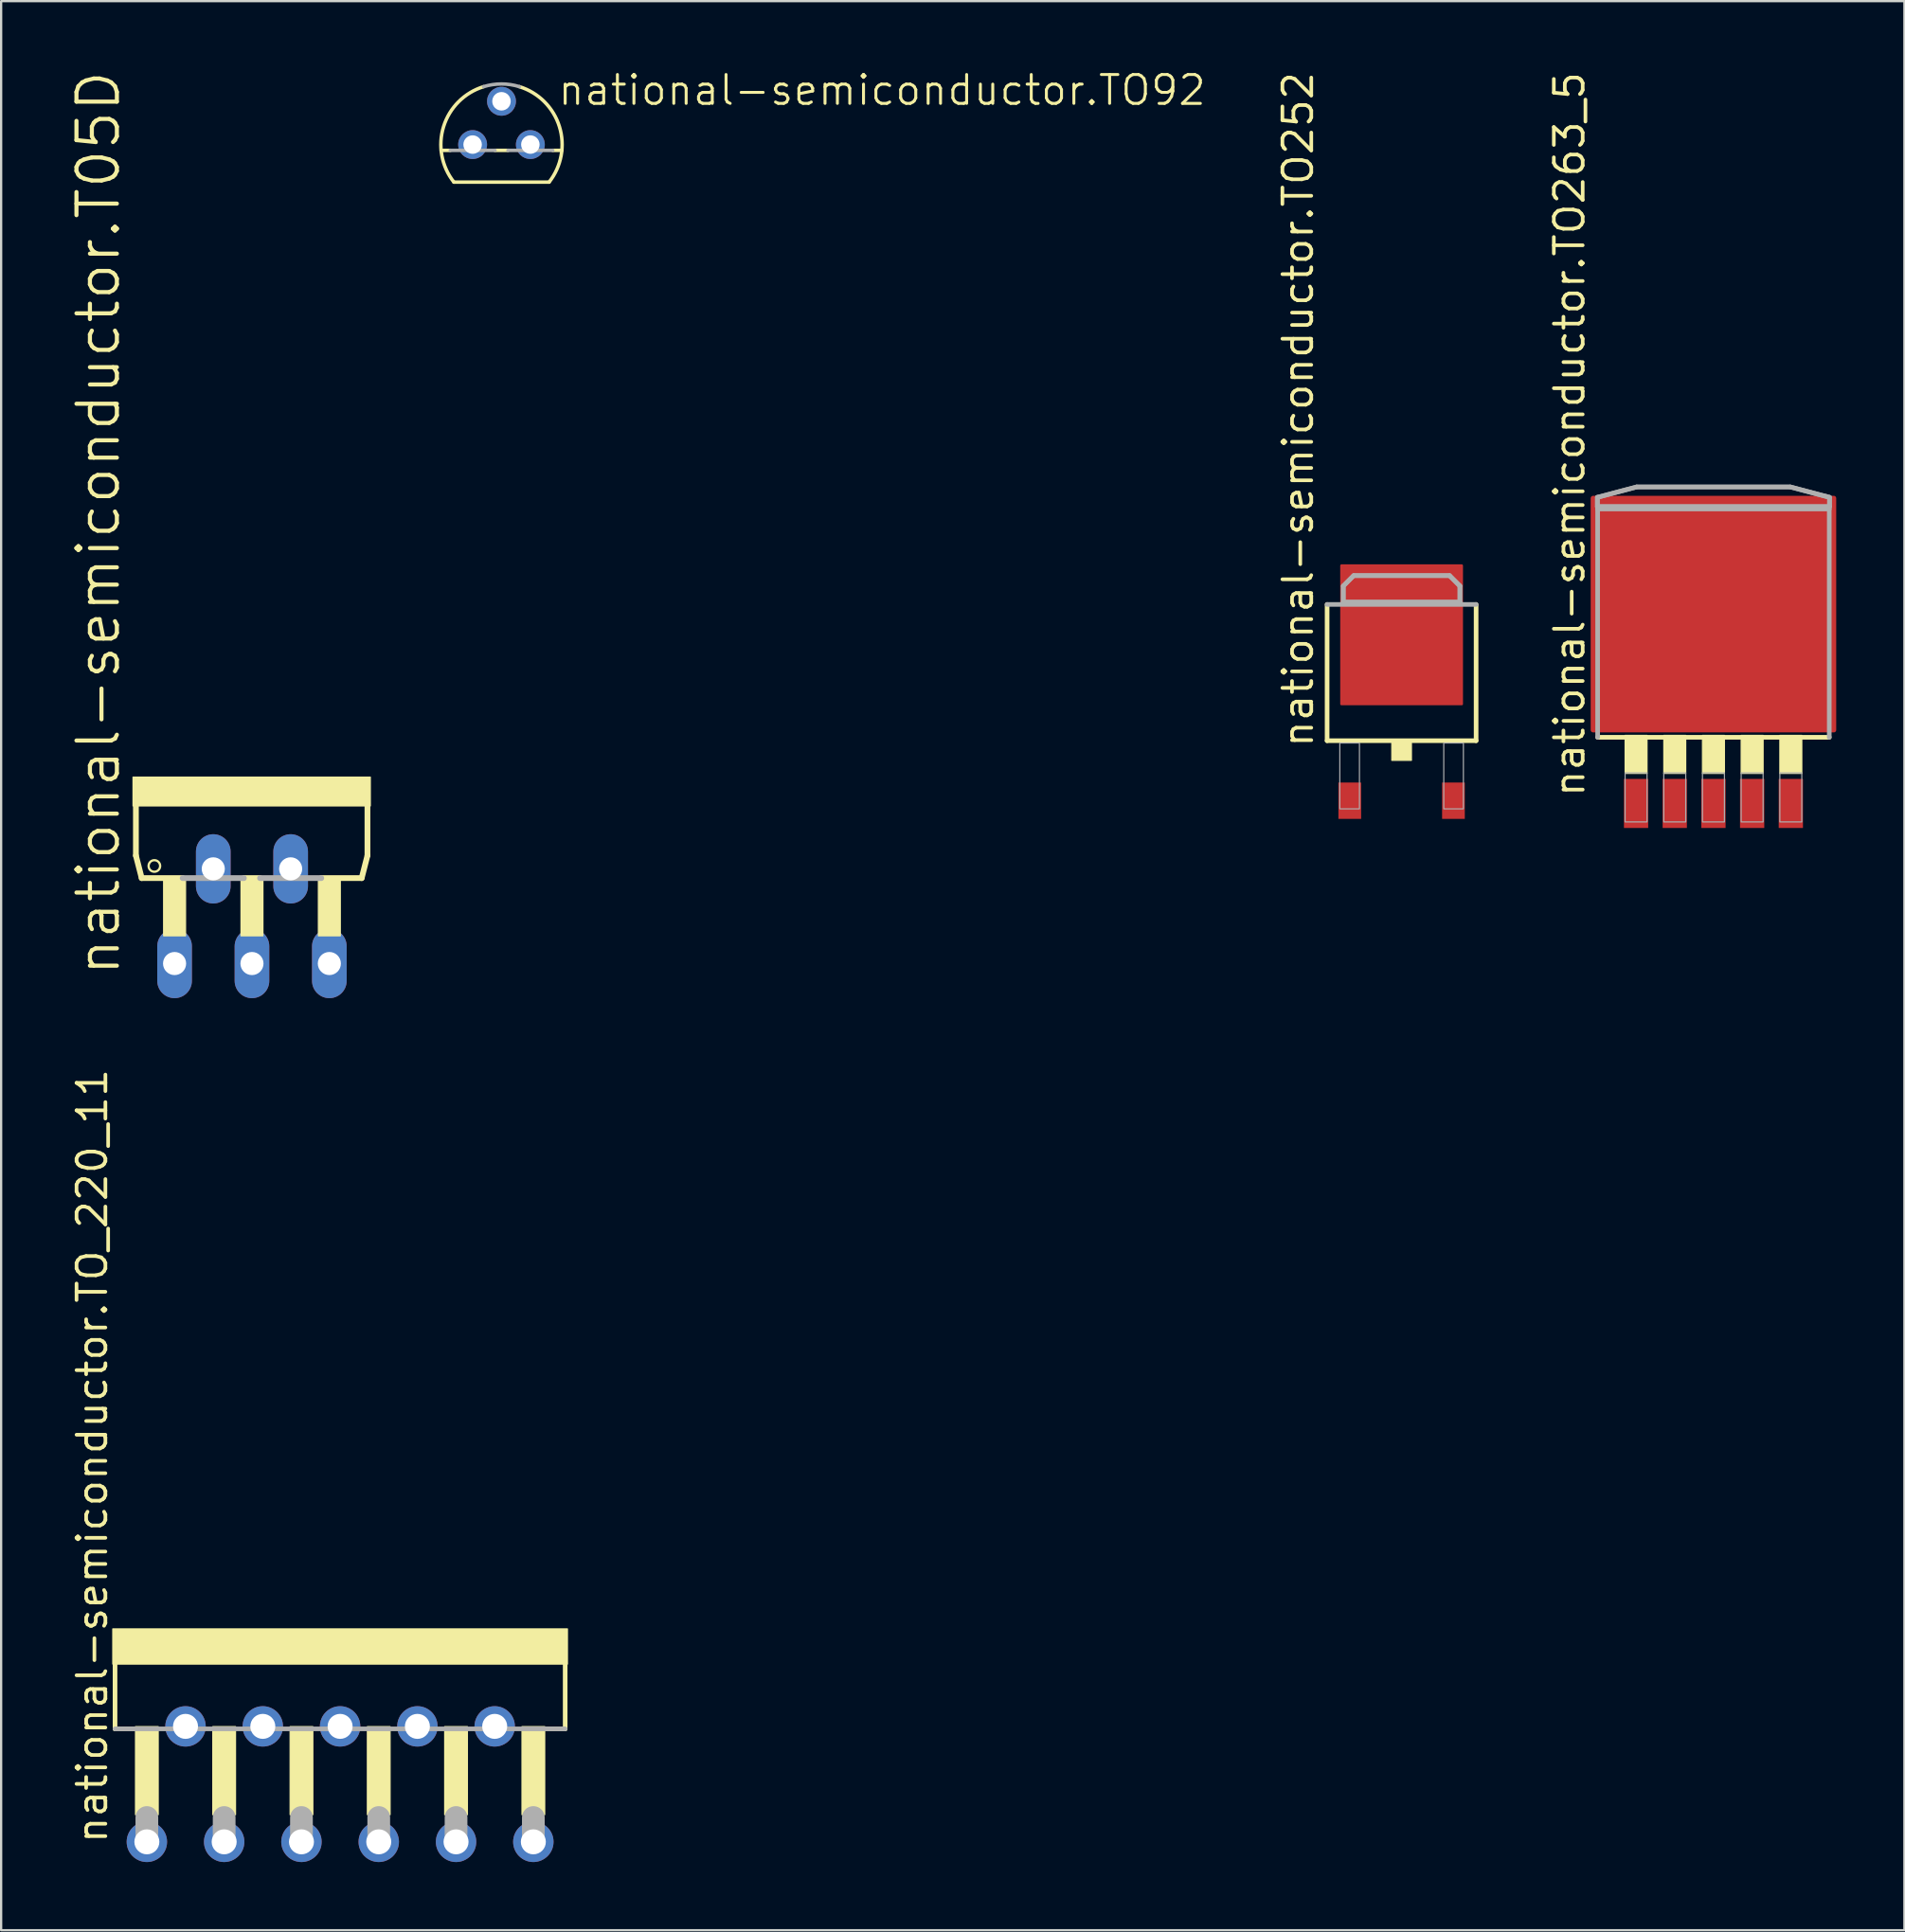
<source format=kicad_pcb>
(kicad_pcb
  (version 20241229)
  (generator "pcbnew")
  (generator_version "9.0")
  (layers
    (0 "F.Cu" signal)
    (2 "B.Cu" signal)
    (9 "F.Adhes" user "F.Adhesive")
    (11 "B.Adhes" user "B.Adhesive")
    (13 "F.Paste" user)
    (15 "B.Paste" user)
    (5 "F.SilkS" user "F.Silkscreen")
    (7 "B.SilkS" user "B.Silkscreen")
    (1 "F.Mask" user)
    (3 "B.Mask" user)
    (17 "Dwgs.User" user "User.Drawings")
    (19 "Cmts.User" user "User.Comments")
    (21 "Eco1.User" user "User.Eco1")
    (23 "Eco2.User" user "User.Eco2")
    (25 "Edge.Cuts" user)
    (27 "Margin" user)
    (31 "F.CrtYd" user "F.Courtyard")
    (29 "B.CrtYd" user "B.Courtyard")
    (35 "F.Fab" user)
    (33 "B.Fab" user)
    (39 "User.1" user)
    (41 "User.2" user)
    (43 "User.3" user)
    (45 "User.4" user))
  (footprint "national-semiconductor.TO252"
    (layer "F.Cu")
    (at 58.602 27.38)
    (property "Reference" "national-semiconductor.TO252" (at -3.81 2.54 90) (layer "F.SilkS") (effects (font (size 1.27 1.27) (thickness 0.16)) (justify left bottom)))
    (attr smd)
    (fp_line (start -3.277 2.159) (end -3.277 -3.835) (stroke (width 0.203) (type default)) (layer "F.SilkS"))
    (fp_line (start 3.277 -3.835) (end 3.277 2.159) (stroke (width 0.203) (type default)) (layer "F.SilkS"))
    (fp_line (start 3.277 2.159) (end -3.277 2.159) (stroke (width 0.203) (type default)) (layer "F.SilkS"))
    (fp_rect (start -0.432 3.023) (end 0.432 2.261) (stroke (width 0.05) (type default)) (fill yes) (layer "F.SilkS"))
    (fp_line (start -3.277 -3.835) (end 3.277 -3.835) (stroke (width 0.203) (type default)) (layer "F.Fab"))
    (fp_line (start -2.565 -4.648) (end -2.108 -5.105) (stroke (width 0.203) (type default)) (layer "F.Fab"))
    (fp_line (start -2.565 -3.937) (end -2.565 -4.648) (stroke (width 0.203) (type default)) (layer "F.Fab"))
    (fp_line (start -2.108 -5.105) (end 2.108 -5.105) (stroke (width 0.203) (type default)) (layer "F.Fab"))
    (fp_line (start 2.108 -5.105) (end 2.565 -4.648) (stroke (width 0.203) (type default)) (layer "F.Fab"))
    (fp_line (start 2.565 -4.648) (end 2.565 -3.937) (stroke (width 0.203) (type default)) (layer "F.Fab"))
    (fp_line (start 2.565 -3.937) (end -2.565 -3.937) (stroke (width 0.203) (type default)) (layer "F.Fab"))
    (fp_rect (start -2.718 5.156) (end -1.854 2.261) (stroke (width 0.05) (type default)) (fill no) (layer "F.Fab"))
    (fp_rect (start 1.854 5.156) (end 2.718 2.261) (stroke (width 0.05) (type default)) (fill no) (layer "F.Fab"))
    (fp_poly (pts (xy -2.565 -3.937) (xy -2.565 -4.648) (xy -2.108 -5.105) (xy 2.108 -5.105) (xy 2.565 -4.648) (xy 2.565 -3.937)) (stroke (width 0.2) (type default)) (fill no) (layer "F.Fab"))
    (pad "1" smd roundrect (at -2.28 4.8) (size 1 1.6) (layers "F.Cu" "F.Mask" "F.Paste") (roundrect_rratio 0.01))
    (pad "2" smd roundrect (at 0 -2.5) (size 5.4 6.2) (layers "F.Cu" "F.Mask" "F.Paste") (roundrect_rratio 0.01))
    (pad "3" smd roundrect (at 2.28 4.8) (size 1 1.6) (layers "F.Cu" "F.Mask" "F.Paste") (roundrect_rratio 0.01)))
  (footprint "national-semiconductor.TO92"
    (layer "F.Cu")
    (at 19.009 3.311)
    (property "Reference" "national-semiconductor.TO92" (at 2.413 -1.651 0) (layer "F.SilkS") (effects (font (size 1.27 1.27) (thickness 0.13)) (justify left bottom)))
    (attr through_hole)
    (fp_line (start -2.655 0.254) (end -2.254 0.254) (stroke (width 0.152) (type default)) (layer "F.SilkS"))
    (fp_line (start -2.095 1.651) (end 2.095 1.651) (stroke (width 0.152) (type default)) (layer "F.SilkS"))
    (fp_line (start -0.286 0.254) (end 0.286 0.254) (stroke (width 0.152) (type default)) (layer "F.SilkS"))
    (fp_line (start 2.254 0.254) (end 2.655 0.254) (stroke (width 0.152) (type default)) (layer "F.SilkS"))
    (fp_arc (start -2.095 1.651) (mid -2.546799 -0.793168) (end -0.7869 -2.5484) (stroke (width 0.1524) (type default)) (layer "F.SilkS"))
    (fp_arc (start 0.7869 -2.5484) (mid 2.546799 -0.793168) (end 2.095 1.651) (stroke (width 0.1524) (type default)) (layer "F.SilkS"))
    (fp_line (start -2.254 0.254) (end -0.286 0.254) (stroke (width 0.152) (type default)) (layer "F.Fab"))
    (fp_line (start 0.286 0.254) (end 2.254 0.254) (stroke (width 0.152) (type default)) (layer "F.Fab"))
    (fp_arc (start -0.7864 -2.5484) (mid 0 -2.666977) (end 0.7864 -2.5484) (stroke (width 0.1524) (type default)) (layer "F.Fab"))
    (pad "1" thru_hole circle (at -1.27 0) (size 1.27 1.27) (drill 0.813) (layers "*.Cu" "*.Mask"))
    (pad "2" thru_hole circle (at 0 -1.905) (size 1.27 1.27) (drill 0.813) (layers "*.Cu" "*.Mask"))
    (pad "3" thru_hole circle (at 1.27 0) (size 1.27 1.27) (drill 0.813) (layers "*.Cu" "*.Mask")))
  (footprint "national-semiconductor.T05D"
    (layer "F.Cu")
    (at 8.033 34.263)
    (property "Reference" "national-semiconductor.T05D" (at -5.715 5.715 90) (layer "F.SilkS") (effects (font (size 1.778 1.778) (thickness 0.18)) (justify left bottom)))
    (attr through_hole)
    (fp_line (start -5.105 -2.007) (end -5.105 0.33) (stroke (width 0.254) (type default)) (layer "F.SilkS"))
    (fp_line (start -5.105 0.33) (end -4.851 1.321) (stroke (width 0.254) (type default)) (layer "F.SilkS"))
    (fp_line (start -4.851 1.321) (end -3.048 1.321) (stroke (width 0.254) (type default)) (layer "F.SilkS"))
    (fp_line (start -0.356 1.321) (end 0.356 1.321) (stroke (width 0.254) (type default)) (layer "F.SilkS"))
    (fp_line (start 3.048 1.321) (end 4.826 1.321) (stroke (width 0.254) (type default)) (layer "F.SilkS"))
    (fp_line (start 4.826 1.321) (end 5.08 0.33) (stroke (width 0.254) (type default)) (layer "F.SilkS"))
    (fp_line (start 5.08 0.33) (end 5.08 -2.007) (stroke (width 0.254) (type default)) (layer "F.SilkS"))
    (fp_rect (start -5.232 -1.854) (end 5.207 -3.124) (stroke (width 0.05) (type default)) (fill yes) (layer "F.SilkS"))
    (fp_rect (start -3.886 3.861) (end -2.921 1.346) (stroke (width 0.05) (type default)) (fill yes) (layer "F.SilkS"))
    (fp_rect (start -0.483 3.861) (end 0.483 1.346) (stroke (width 0.05) (type default)) (fill yes) (layer "F.SilkS"))
    (fp_rect (start 2.921 3.861) (end 3.886 1.346) (stroke (width 0.05) (type default)) (fill yes) (layer "F.SilkS"))
    (fp_circle (center -4.293 0.787) (end -4.039 0.787) (stroke (width 0.1) (type default)) (fill no) (layer "F.SilkS"))
    (fp_line (start -3.048 1.321) (end -0.356 1.321) (stroke (width 0.254) (type default)) (layer "F.Fab"))
    (fp_line (start 0.356 1.321) (end 3.048 1.321) (stroke (width 0.254) (type default)) (layer "F.Fab"))
    (pad "1" thru_hole oval (at -3.404 5.08 90) (size 3.048 1.524) (drill 1.016) (layers "*.Cu" "*.Mask"))
    (pad "2" thru_hole oval (at -1.702 0.914 90) (size 3.048 1.524) (drill 1.016) (layers "*.Cu" "*.Mask"))
    (pad "3" thru_hole oval (at 0 5.08 90) (size 3.048 1.524) (drill 1.016) (layers "*.Cu" "*.Mask"))
    (pad "4" thru_hole oval (at 1.702 0.914 90) (size 3.048 1.524) (drill 1.016) (layers "*.Cu" "*.Mask"))
    (pad "5" thru_hole oval (at 3.404 5.08 90) (size 3.048 1.524) (drill 1.016) (layers "*.Cu" "*.Mask")))
  (footprint "national-semiconductor.TO263_5"
    (layer "F.Cu")
    (at 72.319 26.509)
    (property "Reference" "national-semiconductor.TO263_5" (at -5.588 5.588 90) (layer "F.SilkS") (effects (font (size 1.27 1.27) (thickness 0.16)) (justify left bottom)))
    (attr smd)
    (fp_line (start 5.094 2.88) (end -5.094 2.88) (stroke (width 0.203) (type default)) (layer "F.SilkS"))
    (fp_rect (start -3.886 4.47) (end -2.921 2.794) (stroke (width 0.05) (type default)) (fill yes) (layer "F.SilkS"))
    (fp_rect (start -2.184 4.47) (end -1.219 2.794) (stroke (width 0.05) (type default)) (fill yes) (layer "F.SilkS"))
    (fp_rect (start -0.483 4.47) (end 0.483 2.794) (stroke (width 0.05) (type default)) (fill yes) (layer "F.SilkS"))
    (fp_rect (start 1.219 4.47) (end 2.184 2.794) (stroke (width 0.05) (type default)) (fill yes) (layer "F.SilkS"))
    (fp_rect (start 2.921 4.47) (end 3.886 2.794) (stroke (width 0.05) (type default)) (fill yes) (layer "F.SilkS"))
    (fp_line (start -5.105 -7.678) (end -3.378 -8.135) (stroke (width 0.203) (type default)) (layer "F.Fab"))
    (fp_line (start -5.105 -7.267) (end -5.105 -7.678) (stroke (width 0.203) (type default)) (layer "F.Fab"))
    (fp_line (start -5.094 -7.165) (end 5.094 -7.165) (stroke (width 0.203) (type default)) (layer "F.Fab"))
    (fp_line (start -5.094 2.88) (end -5.094 -7.165) (stroke (width 0.203) (type default)) (layer "F.Fab"))
    (fp_line (start -3.378 -8.135) (end 3.378 -8.135) (stroke (width 0.203) (type default)) (layer "F.Fab"))
    (fp_line (start 3.378 -8.135) (end 5.105 -7.678) (stroke (width 0.203) (type default)) (layer "F.Fab"))
    (fp_line (start 5.094 -7.165) (end 5.094 2.88) (stroke (width 0.203) (type default)) (layer "F.Fab"))
    (fp_line (start 5.105 -7.678) (end 5.105 -7.267) (stroke (width 0.203) (type default)) (layer "F.Fab"))
    (fp_line (start 5.105 -7.267) (end -5.105 -7.267) (stroke (width 0.203) (type default)) (layer "F.Fab"))
    (fp_rect (start -3.886 6.604) (end -2.921 4.445) (stroke (width 0.05) (type default)) (fill no) (layer "F.Fab"))
    (fp_rect (start -2.184 6.604) (end -1.219 4.445) (stroke (width 0.05) (type default)) (fill no) (layer "F.Fab"))
    (fp_rect (start -0.483 6.604) (end 0.483 4.445) (stroke (width 0.05) (type default)) (fill no) (layer "F.Fab"))
    (fp_rect (start 1.219 6.604) (end 2.184 4.445) (stroke (width 0.05) (type default)) (fill no) (layer "F.Fab"))
    (fp_rect (start 2.921 6.604) (end 3.886 4.445) (stroke (width 0.05) (type default)) (fill no) (layer "F.Fab"))
    (fp_poly (pts (xy -5.105 -7.267) (xy -5.105 -7.678) (xy -3.378 -8.135) (xy 3.378 -8.135) (xy 5.105 -7.678) (xy 5.105 -7.267)) (stroke (width 0.203) (type default)) (fill no) (layer "F.Fab"))
    (pad "1" smd roundrect (at -3.404 5.791) (size 1.067 2.159) (layers "F.Cu" "F.Mask" "F.Paste") (roundrect_rratio 0.01))
    (pad "2" smd roundrect (at -1.702 5.791) (size 1.067 2.159) (layers "F.Cu" "F.Mask" "F.Paste") (roundrect_rratio 0.01))
    (pad "3" smd roundrect (at 0 5.791) (size 1.067 2.159) (layers "F.Cu" "F.Mask" "F.Paste") (roundrect_rratio 0.01))
    (pad "4" smd roundrect (at 1.702 5.791) (size 1.067 2.159) (layers "F.Cu" "F.Mask" "F.Paste") (roundrect_rratio 0.01))
    (pad "5" smd roundrect (at 3.404 5.791) (size 1.067 2.159) (layers "F.Cu" "F.Mask" "F.Paste") (roundrect_rratio 0.01))
    (pad "6" smd roundrect (at 0 -2.54) (size 10.8 10.41) (layers "F.Cu" "F.Mask" "F.Paste") (roundrect_rratio 0.01)))
  (footprint "national-semiconductor.TO_220_11"
    (layer "F.Cu")
    (at 11.91 68.616)
    (property "Reference" "national-semiconductor.TO_220_11" (at -10.16 9.525 90) (layer "F.SilkS") (effects (font (size 1.27 1.27) (thickness 0.16)) (justify left bottom)))
    (attr through_hole)
    (fp_line (start -9.9 1.5) (end -9.9 4.4) (stroke (width 0.203) (type default)) (layer "F.SilkS"))
    (fp_line (start -9.9 4.4) (end -8.515 4.4) (stroke (width 0.203) (type default)) (layer "F.SilkS"))
    (fp_line (start 8.515 4.4) (end 9.9 4.4) (stroke (width 0.203) (type default)) (layer "F.SilkS"))
    (fp_line (start 9.9 4.4) (end 9.9 1.5) (stroke (width 0.203) (type default)) (layer "F.SilkS"))
    (fp_rect (start -10 1.55) (end 10 0) (stroke (width 0.05) (type default)) (fill yes) (layer "F.SilkS"))
    (fp_rect (start -9 8.175) (end -8 4.3) (stroke (width 0.05) (type default)) (fill yes) (layer "F.SilkS"))
    (fp_rect (start -5.6 8.175) (end -4.6 4.3) (stroke (width 0.05) (type default)) (fill yes) (layer "F.SilkS"))
    (fp_rect (start -2.2 8.175) (end -1.2 4.3) (stroke (width 0.05) (type default)) (fill yes) (layer "F.SilkS"))
    (fp_rect (start 1.2 8.175) (end 2.2 4.3) (stroke (width 0.05) (type default)) (fill yes) (layer "F.SilkS"))
    (fp_rect (start 4.6 8.175) (end 5.6 4.3) (stroke (width 0.05) (type default)) (fill yes) (layer "F.SilkS"))
    (fp_rect (start 8 8.175) (end 9 4.3) (stroke (width 0.05) (type default)) (fill yes) (layer "F.SilkS"))
    (fp_line (start -9.9 4.4) (end 9.9 4.4) (stroke (width 0.203) (type default)) (layer "F.Fab"))
    (fp_line (start -8.5 9.35) (end -8.5 8.3) (stroke (width 1) (type default)) (layer "F.Fab"))
    (fp_line (start -5.1 9.35) (end -5.1 8.3) (stroke (width 1) (type default)) (layer "F.Fab"))
    (fp_line (start -1.7 9.35) (end -1.7 8.3) (stroke (width 1) (type default)) (layer "F.Fab"))
    (fp_line (start 1.7 9.35) (end 1.7 8.3) (stroke (width 1) (type default)) (layer "F.Fab"))
    (fp_line (start 5.1 9.35) (end 5.1 8.3) (stroke (width 1) (type default)) (layer "F.Fab"))
    (fp_line (start 8.5 9.35) (end 8.5 8.3) (stroke (width 1) (type default)) (layer "F.Fab"))
    (pad "1" thru_hole circle (at -8.5 9.37) (size 1.778 1.778) (drill 1.1) (layers "*.Cu" "*.Mask"))
    (pad "2" thru_hole circle (at -6.8 4.29) (size 1.778 1.778) (drill 1.1) (layers "*.Cu" "*.Mask"))
    (pad "3" thru_hole circle (at -5.1 9.37) (size 1.778 1.778) (drill 1.1) (layers "*.Cu" "*.Mask"))
    (pad "4" thru_hole circle (at -3.4 4.29) (size 1.778 1.778) (drill 1.1) (layers "*.Cu" "*.Mask"))
    (pad "5" thru_hole circle (at -1.7 9.37) (size 1.778 1.778) (drill 1.1) (layers "*.Cu" "*.Mask"))
    (pad "6" thru_hole circle (at 0 4.29) (size 1.778 1.778) (drill 1.1) (layers "*.Cu" "*.Mask"))
    (pad "7" thru_hole circle (at 1.7 9.37) (size 1.778 1.778) (drill 1.1) (layers "*.Cu" "*.Mask"))
    (pad "8" thru_hole circle (at 3.4 4.29) (size 1.778 1.778) (drill 1.1) (layers "*.Cu" "*.Mask"))
    (pad "9" thru_hole circle (at 5.1 9.37) (size 1.778 1.778) (drill 1.1) (layers "*.Cu" "*.Mask"))
    (pad "10" thru_hole circle (at 6.8 4.29) (size 1.778 1.778) (drill 1.1) (layers "*.Cu" "*.Mask"))
    (pad "11" thru_hole circle (at 8.5 9.37) (size 1.778 1.778) (drill 1.1) (layers "*.Cu" "*.Mask")))
  (gr_rect
    (start -3 -3)
    (end 80.719 81.875)
    (stroke (width 0.1) (type default))
    (fill no)
    (layer "Edge.Cuts")))
</source>
